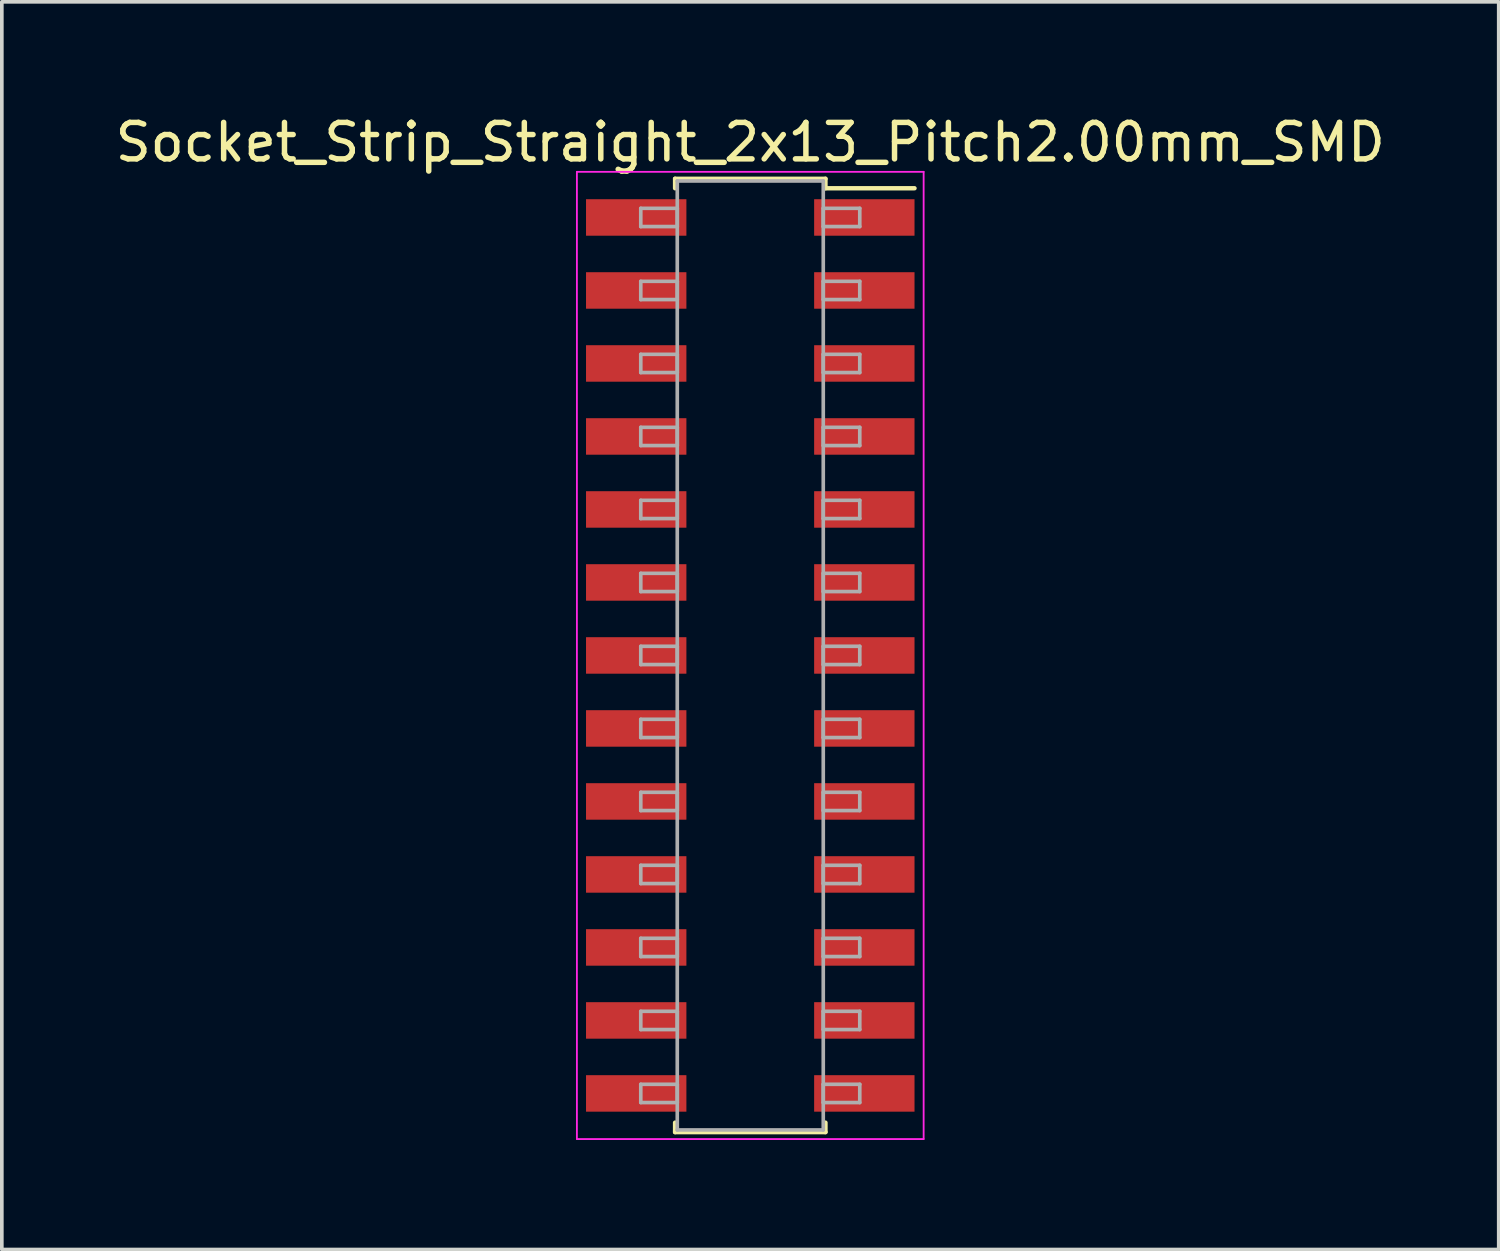
<source format=kicad_pcb>
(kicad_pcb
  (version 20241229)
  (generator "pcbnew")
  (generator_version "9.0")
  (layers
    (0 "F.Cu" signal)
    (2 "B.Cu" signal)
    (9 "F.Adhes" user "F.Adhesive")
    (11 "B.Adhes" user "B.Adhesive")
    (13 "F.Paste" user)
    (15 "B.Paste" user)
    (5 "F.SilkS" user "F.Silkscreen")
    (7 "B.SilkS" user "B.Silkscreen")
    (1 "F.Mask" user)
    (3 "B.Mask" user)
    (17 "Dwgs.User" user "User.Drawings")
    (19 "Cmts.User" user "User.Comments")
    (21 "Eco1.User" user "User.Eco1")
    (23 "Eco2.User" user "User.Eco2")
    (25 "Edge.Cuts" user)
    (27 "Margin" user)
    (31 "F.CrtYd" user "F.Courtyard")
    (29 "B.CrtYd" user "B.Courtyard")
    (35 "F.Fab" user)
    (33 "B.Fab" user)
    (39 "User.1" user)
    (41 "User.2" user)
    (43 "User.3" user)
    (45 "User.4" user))
  (footprint "Socket_Strip_Straight_2x13_Pitch2.00mm_SMD"
    (layer "F.Cu")
    (at 17.506 14.908)
    (property "Reference" "Socket_Strip_Straight_2x13_Pitch2.00mm_SMD" (at 0 -14.06 0) (layer "F.SilkS") (effects (font (size 1 1) (thickness 0.15))))
    (attr smd)
    (fp_line (start -2.06 -13.06) (end 2.06 -13.06) (stroke (width 0.12) (type solid)) (layer "F.SilkS"))
    (fp_line (start -2.06 -12.8) (end -2.06 -13.06) (stroke (width 0.12) (type solid)) (layer "F.SilkS"))
    (fp_line (start -2.06 12.8) (end -2.06 13.06) (stroke (width 0.12) (type solid)) (layer "F.SilkS"))
    (fp_line (start -2.06 13.06) (end 2.06 13.06) (stroke (width 0.12) (type solid)) (layer "F.SilkS"))
    (fp_line (start 2.06 -13.06) (end 2.06 -12.8) (stroke (width 0.12) (type solid)) (layer "F.SilkS"))
    (fp_line (start 2.06 13.06) (end 2.06 12.8) (stroke (width 0.12) (type solid)) (layer "F.SilkS"))
    (fp_line (start 4.5 -12.8) (end 2.06 -12.8) (stroke (width 0.12) (type solid)) (layer "F.SilkS"))
    (fp_line (start -4.75 -13.25) (end -4.75 13.25) (stroke (width 0.05) (type solid)) (layer "F.CrtYd"))
    (fp_line (start -4.75 13.25) (end 4.75 13.25) (stroke (width 0.05) (type solid)) (layer "F.CrtYd"))
    (fp_line (start 4.75 -13.25) (end -4.75 -13.25) (stroke (width 0.05) (type solid)) (layer "F.CrtYd"))
    (fp_line (start 4.75 13.25) (end 4.75 -13.25) (stroke (width 0.05) (type solid)) (layer "F.CrtYd"))
    (fp_line (start -3 -12.25) (end -2 -12.25) (stroke (width 0.1) (type solid)) (layer "F.Fab"))
    (fp_line (start -3 -11.75) (end -3 -12.25) (stroke (width 0.1) (type solid)) (layer "F.Fab"))
    (fp_line (start -3 -10.25) (end -2 -10.25) (stroke (width 0.1) (type solid)) (layer "F.Fab"))
    (fp_line (start -3 -9.75) (end -3 -10.25) (stroke (width 0.1) (type solid)) (layer "F.Fab"))
    (fp_line (start -3 -8.25) (end -2 -8.25) (stroke (width 0.1) (type solid)) (layer "F.Fab"))
    (fp_line (start -3 -7.75) (end -3 -8.25) (stroke (width 0.1) (type solid)) (layer "F.Fab"))
    (fp_line (start -3 -6.25) (end -2 -6.25) (stroke (width 0.1) (type solid)) (layer "F.Fab"))
    (fp_line (start -3 -5.75) (end -3 -6.25) (stroke (width 0.1) (type solid)) (layer "F.Fab"))
    (fp_line (start -3 -4.25) (end -2 -4.25) (stroke (width 0.1) (type solid)) (layer "F.Fab"))
    (fp_line (start -3 -3.75) (end -3 -4.25) (stroke (width 0.1) (type solid)) (layer "F.Fab"))
    (fp_line (start -3 -2.25) (end -2 -2.25) (stroke (width 0.1) (type solid)) (layer "F.Fab"))
    (fp_line (start -3 -1.75) (end -3 -2.25) (stroke (width 0.1) (type solid)) (layer "F.Fab"))
    (fp_line (start -3 -0.25) (end -2 -0.25) (stroke (width 0.1) (type solid)) (layer "F.Fab"))
    (fp_line (start -3 0.25) (end -3 -0.25) (stroke (width 0.1) (type solid)) (layer "F.Fab"))
    (fp_line (start -3 1.75) (end -2 1.75) (stroke (width 0.1) (type solid)) (layer "F.Fab"))
    (fp_line (start -3 2.25) (end -3 1.75) (stroke (width 0.1) (type solid)) (layer "F.Fab"))
    (fp_line (start -3 3.75) (end -2 3.75) (stroke (width 0.1) (type solid)) (layer "F.Fab"))
    (fp_line (start -3 4.25) (end -3 3.75) (stroke (width 0.1) (type solid)) (layer "F.Fab"))
    (fp_line (start -3 5.75) (end -2 5.75) (stroke (width 0.1) (type solid)) (layer "F.Fab"))
    (fp_line (start -3 6.25) (end -3 5.75) (stroke (width 0.1) (type solid)) (layer "F.Fab"))
    (fp_line (start -3 7.75) (end -2 7.75) (stroke (width 0.1) (type solid)) (layer "F.Fab"))
    (fp_line (start -3 8.25) (end -3 7.75) (stroke (width 0.1) (type solid)) (layer "F.Fab"))
    (fp_line (start -3 9.75) (end -2 9.75) (stroke (width 0.1) (type solid)) (layer "F.Fab"))
    (fp_line (start -3 10.25) (end -3 9.75) (stroke (width 0.1) (type solid)) (layer "F.Fab"))
    (fp_line (start -3 11.75) (end -2 11.75) (stroke (width 0.1) (type solid)) (layer "F.Fab"))
    (fp_line (start -3 12.25) (end -3 11.75) (stroke (width 0.1) (type solid)) (layer "F.Fab"))
    (fp_line (start -2 -13) (end -2 13) (stroke (width 0.1) (type solid)) (layer "F.Fab"))
    (fp_line (start -2 -12.25) (end -2 -11.75) (stroke (width 0.1) (type solid)) (layer "F.Fab"))
    (fp_line (start -2 -11.75) (end -3 -11.75) (stroke (width 0.1) (type solid)) (layer "F.Fab"))
    (fp_line (start -2 -10.25) (end -2 -9.75) (stroke (width 0.1) (type solid)) (layer "F.Fab"))
    (fp_line (start -2 -9.75) (end -3 -9.75) (stroke (width 0.1) (type solid)) (layer "F.Fab"))
    (fp_line (start -2 -8.25) (end -2 -7.75) (stroke (width 0.1) (type solid)) (layer "F.Fab"))
    (fp_line (start -2 -7.75) (end -3 -7.75) (stroke (width 0.1) (type solid)) (layer "F.Fab"))
    (fp_line (start -2 -6.25) (end -2 -5.75) (stroke (width 0.1) (type solid)) (layer "F.Fab"))
    (fp_line (start -2 -5.75) (end -3 -5.75) (stroke (width 0.1) (type solid)) (layer "F.Fab"))
    (fp_line (start -2 -4.25) (end -2 -3.75) (stroke (width 0.1) (type solid)) (layer "F.Fab"))
    (fp_line (start -2 -3.75) (end -3 -3.75) (stroke (width 0.1) (type solid)) (layer "F.Fab"))
    (fp_line (start -2 -2.25) (end -2 -1.75) (stroke (width 0.1) (type solid)) (layer "F.Fab"))
    (fp_line (start -2 -1.75) (end -3 -1.75) (stroke (width 0.1) (type solid)) (layer "F.Fab"))
    (fp_line (start -2 -0.25) (end -2 0.25) (stroke (width 0.1) (type solid)) (layer "F.Fab"))
    (fp_line (start -2 0.25) (end -3 0.25) (stroke (width 0.1) (type solid)) (layer "F.Fab"))
    (fp_line (start -2 1.75) (end -2 2.25) (stroke (width 0.1) (type solid)) (layer "F.Fab"))
    (fp_line (start -2 2.25) (end -3 2.25) (stroke (width 0.1) (type solid)) (layer "F.Fab"))
    (fp_line (start -2 3.75) (end -2 4.25) (stroke (width 0.1) (type solid)) (layer "F.Fab"))
    (fp_line (start -2 4.25) (end -3 4.25) (stroke (width 0.1) (type solid)) (layer "F.Fab"))
    (fp_line (start -2 5.75) (end -2 6.25) (stroke (width 0.1) (type solid)) (layer "F.Fab"))
    (fp_line (start -2 6.25) (end -3 6.25) (stroke (width 0.1) (type solid)) (layer "F.Fab"))
    (fp_line (start -2 7.75) (end -2 8.25) (stroke (width 0.1) (type solid)) (layer "F.Fab"))
    (fp_line (start -2 8.25) (end -3 8.25) (stroke (width 0.1) (type solid)) (layer "F.Fab"))
    (fp_line (start -2 9.75) (end -2 10.25) (stroke (width 0.1) (type solid)) (layer "F.Fab"))
    (fp_line (start -2 10.25) (end -3 10.25) (stroke (width 0.1) (type solid)) (layer "F.Fab"))
    (fp_line (start -2 11.75) (end -2 12.25) (stroke (width 0.1) (type solid)) (layer "F.Fab"))
    (fp_line (start -2 12.25) (end -3 12.25) (stroke (width 0.1) (type solid)) (layer "F.Fab"))
    (fp_line (start -2 13) (end 2 13) (stroke (width 0.1) (type solid)) (layer "F.Fab"))
    (fp_line (start 2 -13) (end -2 -13) (stroke (width 0.1) (type solid)) (layer "F.Fab"))
    (fp_line (start 2 -12.25) (end 2 -11.75) (stroke (width 0.1) (type solid)) (layer "F.Fab"))
    (fp_line (start 2 -11.75) (end 3 -11.75) (stroke (width 0.1) (type solid)) (layer "F.Fab"))
    (fp_line (start 2 -10.25) (end 2 -9.75) (stroke (width 0.1) (type solid)) (layer "F.Fab"))
    (fp_line (start 2 -9.75) (end 3 -9.75) (stroke (width 0.1) (type solid)) (layer "F.Fab"))
    (fp_line (start 2 -8.25) (end 2 -7.75) (stroke (width 0.1) (type solid)) (layer "F.Fab"))
    (fp_line (start 2 -7.75) (end 3 -7.75) (stroke (width 0.1) (type solid)) (layer "F.Fab"))
    (fp_line (start 2 -6.25) (end 2 -5.75) (stroke (width 0.1) (type solid)) (layer "F.Fab"))
    (fp_line (start 2 -5.75) (end 3 -5.75) (stroke (width 0.1) (type solid)) (layer "F.Fab"))
    (fp_line (start 2 -4.25) (end 2 -3.75) (stroke (width 0.1) (type solid)) (layer "F.Fab"))
    (fp_line (start 2 -3.75) (end 3 -3.75) (stroke (width 0.1) (type solid)) (layer "F.Fab"))
    (fp_line (start 2 -2.25) (end 2 -1.75) (stroke (width 0.1) (type solid)) (layer "F.Fab"))
    (fp_line (start 2 -1.75) (end 3 -1.75) (stroke (width 0.1) (type solid)) (layer "F.Fab"))
    (fp_line (start 2 -0.25) (end 2 0.25) (stroke (width 0.1) (type solid)) (layer "F.Fab"))
    (fp_line (start 2 0.25) (end 3 0.25) (stroke (width 0.1) (type solid)) (layer "F.Fab"))
    (fp_line (start 2 1.75) (end 2 2.25) (stroke (width 0.1) (type solid)) (layer "F.Fab"))
    (fp_line (start 2 2.25) (end 3 2.25) (stroke (width 0.1) (type solid)) (layer "F.Fab"))
    (fp_line (start 2 3.75) (end 2 4.25) (stroke (width 0.1) (type solid)) (layer "F.Fab"))
    (fp_line (start 2 4.25) (end 3 4.25) (stroke (width 0.1) (type solid)) (layer "F.Fab"))
    (fp_line (start 2 5.75) (end 2 6.25) (stroke (width 0.1) (type solid)) (layer "F.Fab"))
    (fp_line (start 2 6.25) (end 3 6.25) (stroke (width 0.1) (type solid)) (layer "F.Fab"))
    (fp_line (start 2 7.75) (end 2 8.25) (stroke (width 0.1) (type solid)) (layer "F.Fab"))
    (fp_line (start 2 8.25) (end 3 8.25) (stroke (width 0.1) (type solid)) (layer "F.Fab"))
    (fp_line (start 2 9.75) (end 2 10.25) (stroke (width 0.1) (type solid)) (layer "F.Fab"))
    (fp_line (start 2 10.25) (end 3 10.25) (stroke (width 0.1) (type solid)) (layer "F.Fab"))
    (fp_line (start 2 11.75) (end 2 12.25) (stroke (width 0.1) (type solid)) (layer "F.Fab"))
    (fp_line (start 2 12.25) (end 3 12.25) (stroke (width 0.1) (type solid)) (layer "F.Fab"))
    (fp_line (start 2 13) (end 2 -13) (stroke (width 0.1) (type solid)) (layer "F.Fab"))
    (fp_line (start 3 -12.25) (end 2 -12.25) (stroke (width 0.1) (type solid)) (layer "F.Fab"))
    (fp_line (start 3 -11.75) (end 3 -12.25) (stroke (width 0.1) (type solid)) (layer "F.Fab"))
    (fp_line (start 3 -10.25) (end 2 -10.25) (stroke (width 0.1) (type solid)) (layer "F.Fab"))
    (fp_line (start 3 -9.75) (end 3 -10.25) (stroke (width 0.1) (type solid)) (layer "F.Fab"))
    (fp_line (start 3 -8.25) (end 2 -8.25) (stroke (width 0.1) (type solid)) (layer "F.Fab"))
    (fp_line (start 3 -7.75) (end 3 -8.25) (stroke (width 0.1) (type solid)) (layer "F.Fab"))
    (fp_line (start 3 -6.25) (end 2 -6.25) (stroke (width 0.1) (type solid)) (layer "F.Fab"))
    (fp_line (start 3 -5.75) (end 3 -6.25) (stroke (width 0.1) (type solid)) (layer "F.Fab"))
    (fp_line (start 3 -4.25) (end 2 -4.25) (stroke (width 0.1) (type solid)) (layer "F.Fab"))
    (fp_line (start 3 -3.75) (end 3 -4.25) (stroke (width 0.1) (type solid)) (layer "F.Fab"))
    (fp_line (start 3 -2.25) (end 2 -2.25) (stroke (width 0.1) (type solid)) (layer "F.Fab"))
    (fp_line (start 3 -1.75) (end 3 -2.25) (stroke (width 0.1) (type solid)) (layer "F.Fab"))
    (fp_line (start 3 -0.25) (end 2 -0.25) (stroke (width 0.1) (type solid)) (layer "F.Fab"))
    (fp_line (start 3 0.25) (end 3 -0.25) (stroke (width 0.1) (type solid)) (layer "F.Fab"))
    (fp_line (start 3 1.75) (end 2 1.75) (stroke (width 0.1) (type solid)) (layer "F.Fab"))
    (fp_line (start 3 2.25) (end 3 1.75) (stroke (width 0.1) (type solid)) (layer "F.Fab"))
    (fp_line (start 3 3.75) (end 2 3.75) (stroke (width 0.1) (type solid)) (layer "F.Fab"))
    (fp_line (start 3 4.25) (end 3 3.75) (stroke (width 0.1) (type solid)) (layer "F.Fab"))
    (fp_line (start 3 5.75) (end 2 5.75) (stroke (width 0.1) (type solid)) (layer "F.Fab"))
    (fp_line (start 3 6.25) (end 3 5.75) (stroke (width 0.1) (type solid)) (layer "F.Fab"))
    (fp_line (start 3 7.75) (end 2 7.75) (stroke (width 0.1) (type solid)) (layer "F.Fab"))
    (fp_line (start 3 8.25) (end 3 7.75) (stroke (width 0.1) (type solid)) (layer "F.Fab"))
    (fp_line (start 3 9.75) (end 2 9.75) (stroke (width 0.1) (type solid)) (layer "F.Fab"))
    (fp_line (start 3 10.25) (end 3 9.75) (stroke (width 0.1) (type solid)) (layer "F.Fab"))
    (fp_line (start 3 11.75) (end 2 11.75) (stroke (width 0.1) (type solid)) (layer "F.Fab"))
    (fp_line (start 3 12.25) (end 3 11.75) (stroke (width 0.1) (type solid)) (layer "F.Fab"))
    (pad "1" smd rect (at 3.125 -12) (size 2.75 1) (layers "F.Cu" "F.Mask"))
    (pad "2" smd rect (at -3.125 -12) (size 2.75 1) (layers "F.Cu" "F.Mask"))
    (pad "3" smd rect (at 3.125 -10) (size 2.75 1) (layers "F.Cu" "F.Mask"))
    (pad "4" smd rect (at -3.125 -10) (size 2.75 1) (layers "F.Cu" "F.Mask"))
    (pad "5" smd rect (at 3.125 -8) (size 2.75 1) (layers "F.Cu" "F.Mask"))
    (pad "6" smd rect (at -3.125 -8) (size 2.75 1) (layers "F.Cu" "F.Mask"))
    (pad "7" smd rect (at 3.125 -6) (size 2.75 1) (layers "F.Cu" "F.Mask"))
    (pad "8" smd rect (at -3.125 -6) (size 2.75 1) (layers "F.Cu" "F.Mask"))
    (pad "9" smd rect (at 3.125 -4) (size 2.75 1) (layers "F.Cu" "F.Mask"))
    (pad "10" smd rect (at -3.125 -4) (size 2.75 1) (layers "F.Cu" "F.Mask"))
    (pad "11" smd rect (at 3.125 -2) (size 2.75 1) (layers "F.Cu" "F.Mask"))
    (pad "12" smd rect (at -3.125 -2) (size 2.75 1) (layers "F.Cu" "F.Mask"))
    (pad "13" smd rect (at 3.125 0) (size 2.75 1) (layers "F.Cu" "F.Mask"))
    (pad "14" smd rect (at -3.125 0) (size 2.75 1) (layers "F.Cu" "F.Mask"))
    (pad "15" smd rect (at 3.125 2) (size 2.75 1) (layers "F.Cu" "F.Mask"))
    (pad "16" smd rect (at -3.125 2) (size 2.75 1) (layers "F.Cu" "F.Mask"))
    (pad "17" smd rect (at 3.125 4) (size 2.75 1) (layers "F.Cu" "F.Mask"))
    (pad "18" smd rect (at -3.125 4) (size 2.75 1) (layers "F.Cu" "F.Mask"))
    (pad "19" smd rect (at 3.125 6) (size 2.75 1) (layers "F.Cu" "F.Mask"))
    (pad "20" smd rect (at -3.125 6) (size 2.75 1) (layers "F.Cu" "F.Mask"))
    (pad "21" smd rect (at 3.125 8) (size 2.75 1) (layers "F.Cu" "F.Mask"))
    (pad "22" smd rect (at -3.125 8) (size 2.75 1) (layers "F.Cu" "F.Mask"))
    (pad "23" smd rect (at 3.125 10) (size 2.75 1) (layers "F.Cu" "F.Mask"))
    (pad "24" smd rect (at -3.125 10) (size 2.75 1) (layers "F.Cu" "F.Mask"))
    (pad "25" smd rect (at 3.125 12) (size 2.75 1) (layers "F.Cu" "F.Mask"))
    (pad "26" smd rect (at -3.125 12) (size 2.75 1) (layers "F.Cu" "F.Mask")))
  (gr_rect
    (start -3 -3)
    (end 38.012 31.183)
    (stroke (width 0.1) (type default))
    (fill no)
    (layer "Edge.Cuts")))
</source>
